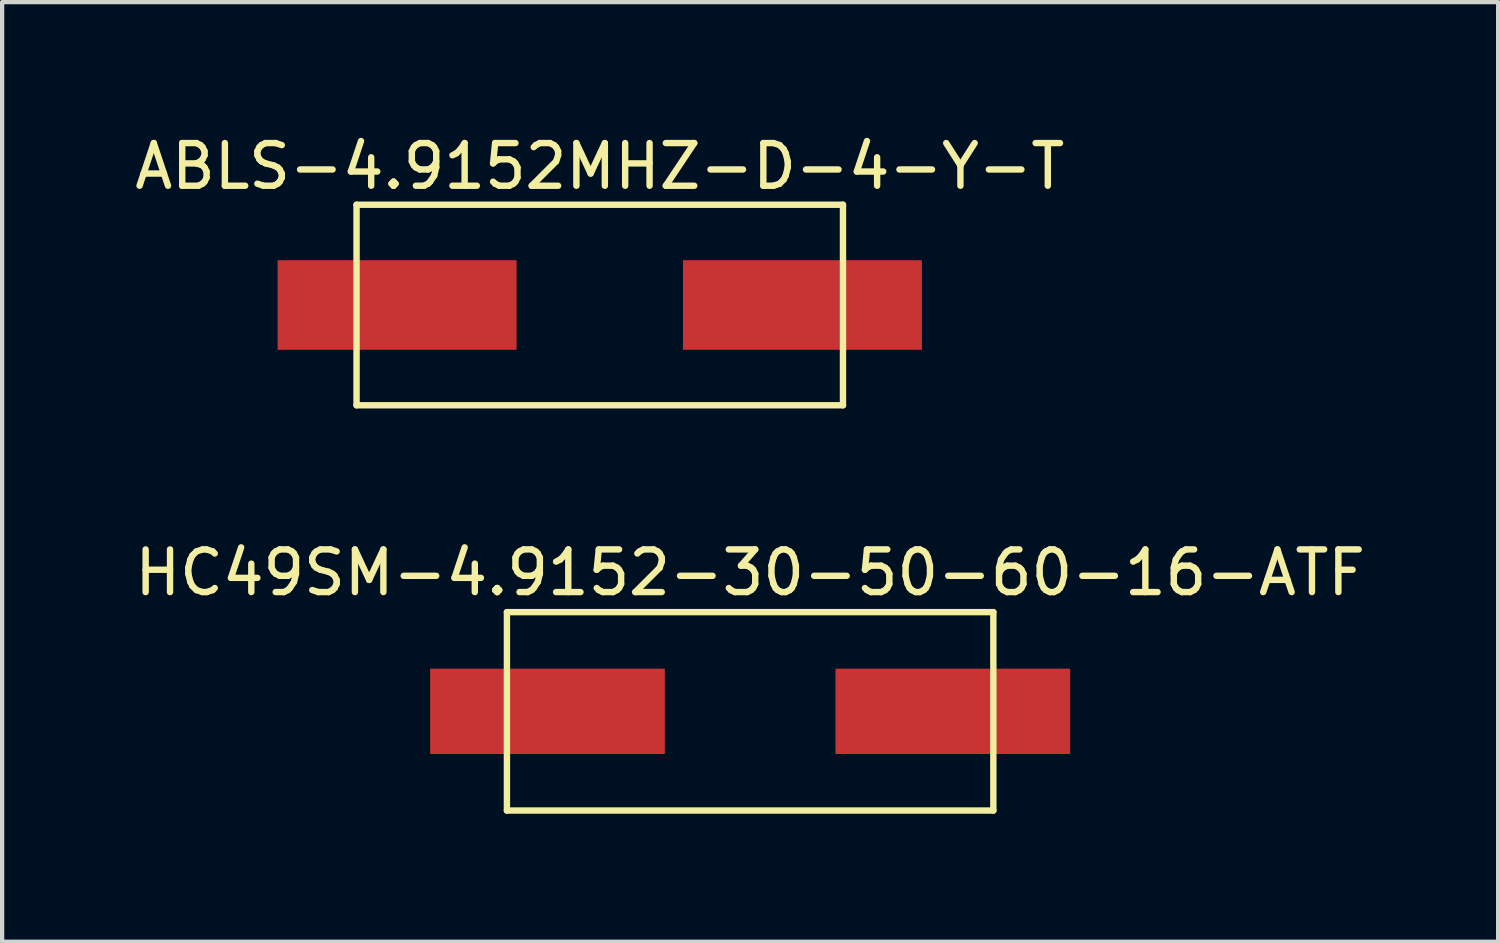
<source format=kicad_pcb>
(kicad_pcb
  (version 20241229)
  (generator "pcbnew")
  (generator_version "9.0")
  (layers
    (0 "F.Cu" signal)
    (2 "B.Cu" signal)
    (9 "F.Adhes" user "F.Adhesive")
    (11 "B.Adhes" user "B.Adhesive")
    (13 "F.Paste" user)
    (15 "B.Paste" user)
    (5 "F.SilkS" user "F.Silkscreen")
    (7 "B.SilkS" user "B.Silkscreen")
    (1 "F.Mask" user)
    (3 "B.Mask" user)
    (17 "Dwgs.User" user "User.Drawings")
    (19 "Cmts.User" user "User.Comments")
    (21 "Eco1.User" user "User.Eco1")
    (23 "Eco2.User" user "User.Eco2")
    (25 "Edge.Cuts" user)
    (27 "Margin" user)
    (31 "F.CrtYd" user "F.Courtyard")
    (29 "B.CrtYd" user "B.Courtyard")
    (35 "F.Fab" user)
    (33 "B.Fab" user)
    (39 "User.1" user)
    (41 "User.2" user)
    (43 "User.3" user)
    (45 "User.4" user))
  (footprint "ABLS-4.9152MHZ-D-4-Y-T"
    (layer "F.Cu")
    (at 11.006 4.098)
    (property "Reference" "ABLS-4.9152MHZ-D-4-Y-T" (at 0 -3.25 0) (layer "F.SilkS") (effects (font (size 1 1) (thickness 0.15))))
    (attr through_hole)
    (fp_line (start -5.7 -2.35) (end -5.7 2.35) (stroke (width 0.15) (type solid)) (layer "F.SilkS"))
    (fp_line (start -5.7 -2.35) (end 5.7 -2.35) (stroke (width 0.15) (type solid)) (layer "F.SilkS"))
    (fp_line (start -5.7 2.35) (end 5.7 2.35) (stroke (width 0.15) (type solid)) (layer "F.SilkS"))
    (fp_line (start 5.7 -2.35) (end 5.7 2.35) (stroke (width 0.15) (type solid)) (layer "F.SilkS"))
    (pad "1" smd rect (at -4.75 0) (size 5.6 2.1) (layers "F.Cu" "F.Mask" "F.Paste"))
    (pad "2" smd rect (at 4.75 0) (size 5.6 2.1) (layers "F.Cu" "F.Mask" "F.Paste")))
  (footprint "HC49SM-4.9152-30-50-60-16-ATF"
    (layer "F.Cu")
    (at 14.53 13.621)
    (property "Reference" "HC49SM-4.9152-30-50-60-16-ATF" (at 0 -3.25 0) (layer "F.SilkS") (effects (font (size 1 1) (thickness 0.15))))
    (attr through_hole)
    (fp_line (start -5.7 -2.325) (end -5.7 2.325) (stroke (width 0.15) (type solid)) (layer "F.SilkS"))
    (fp_line (start -5.7 -2.325) (end 5.7 -2.325) (stroke (width 0.15) (type solid)) (layer "F.SilkS"))
    (fp_line (start -5.7 2.325) (end 5.7 2.325) (stroke (width 0.15) (type solid)) (layer "F.SilkS"))
    (fp_line (start 5.7 -2.325) (end 5.7 2.325) (stroke (width 0.15) (type solid)) (layer "F.SilkS"))
    (pad "1" smd rect (at -4.75 0) (size 5.5 2) (layers "F.Cu" "F.Mask" "F.Paste"))
    (pad "2" smd rect (at 4.75 0) (size 5.5 2) (layers "F.Cu" "F.Mask" "F.Paste")))
  (gr_rect
    (start -3 -3)
    (end 32.06 19.021)
    (stroke (width 0.1) (type default))
    (fill no)
    (layer "Edge.Cuts")))
</source>
